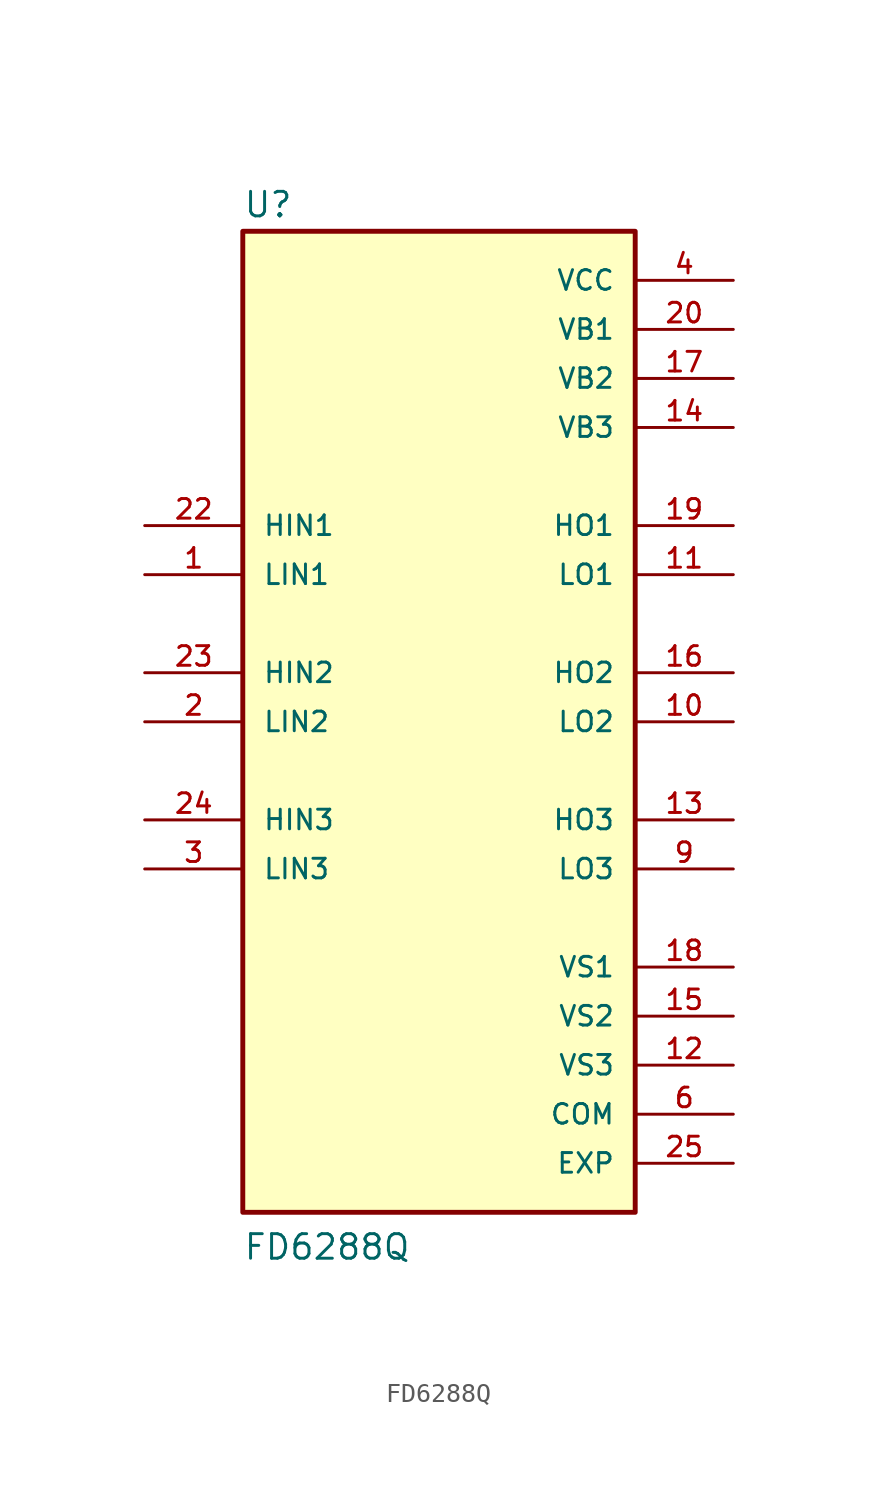
<source format=kicad_sym>
(kicad_symbol_lib
  (version 20231120)
  (generator "kicad_symbol_editor")
  (generator_version "8.0")
  (symbol "FD6288Q"
    (pin_names
      (offset 1.016))
    (property "Reference" "U"
      (at -10.16 26.035 0)
      (effects (font (size 1.27 1.27)) (justify left bottom)))
    (property "Value" "FD6288Q"
      (at -10.16 -27.94 0)
      (effects (font (size 1.27 1.27)) (justify left bottom)))
    (symbol "FD6288Q_0_0"
      (rectangle (start -10.16 -25.4) (end 10.16 25.4) (stroke (width 0.254) (type default)) (fill (type background)))
      (pin input line (at -15.24 7.62 0) (length 5.08) (name "LIN1" (effects (font (size 1.016 1.016)))) (number "1" (effects (font (size 1.016 1.016)))))
      (pin output line (at 15.24 0 180) (length 5.08) (name "LO2" (effects (font (size 1.016 1.016)))) (number "10" (effects (font (size 1.016 1.016)))))
      (pin output line (at 15.24 7.62 180) (length 5.08) (name "LO1" (effects (font (size 1.016 1.016)))) (number "11" (effects (font (size 1.016 1.016)))))
      (pin power_in line (at 15.24 -17.78 180) (length 5.08) (name "VS3" (effects (font (size 1.016 1.016)))) (number "12" (effects (font (size 1.016 1.016)))))
      (pin output line (at 15.24 -5.08 180) (length 5.08) (name "HO3" (effects (font (size 1.016 1.016)))) (number "13" (effects (font (size 1.016 1.016)))))
      (pin power_in line (at 15.24 15.24 180) (length 5.08) (name "VB3" (effects (font (size 1.016 1.016)))) (number "14" (effects (font (size 1.016 1.016)))))
      (pin power_in line (at 15.24 -15.24 180) (length 5.08) (name "VS2" (effects (font (size 1.016 1.016)))) (number "15" (effects (font (size 1.016 1.016)))))
      (pin output line (at 15.24 2.54 180) (length 5.08) (name "HO2" (effects (font (size 1.016 1.016)))) (number "16" (effects (font (size 1.016 1.016)))))
      (pin power_in line (at 15.24 17.78 180) (length 5.08) (name "VB2" (effects (font (size 1.016 1.016)))) (number "17" (effects (font (size 1.016 1.016)))))
      (pin power_in line (at 15.24 -12.7 180) (length 5.08) (name "VS1" (effects (font (size 1.016 1.016)))) (number "18" (effects (font (size 1.016 1.016)))))
      (pin output line (at 15.24 10.16 180) (length 5.08) (name "HO1" (effects (font (size 1.016 1.016)))) (number "19" (effects (font (size 1.016 1.016)))))
      (pin input line (at -15.24 0 0) (length 5.08) (name "LIN2" (effects (font (size 1.016 1.016)))) (number "2" (effects (font (size 1.016 1.016)))))
      (pin power_in line (at 15.24 20.32 180) (length 5.08) (name "VB1" (effects (font (size 1.016 1.016)))) (number "20" (effects (font (size 1.016 1.016)))))
      (pin input line (at -15.24 10.16 0) (length 5.08) (name "HIN1" (effects (font (size 1.016 1.016)))) (number "22" (effects (font (size 1.016 1.016)))))
      (pin input line (at -15.24 2.54 0) (length 5.08) (name "HIN2" (effects (font (size 1.016 1.016)))) (number "23" (effects (font (size 1.016 1.016)))))
      (pin input line (at -15.24 -5.08 0) (length 5.08) (name "HIN3" (effects (font (size 1.016 1.016)))) (number "24" (effects (font (size 1.016 1.016)))))
      (pin power_in line (at 15.24 -22.86 180) (length 5.08) (name "EXP" (effects (font (size 1.016 1.016)))) (number "25" (effects (font (size 1.016 1.016)))))
      (pin input line (at -15.24 -7.62 0) (length 5.08) (name "LIN3" (effects (font (size 1.016 1.016)))) (number "3" (effects (font (size 1.016 1.016)))))
      (pin power_in line (at 15.24 22.86 180) (length 5.08) (name "VCC" (effects (font (size 1.016 1.016)))) (number "4" (effects (font (size 1.016 1.016)))))
      (pin power_in line (at 15.24 -20.32 180) (length 5.08) (name "COM" (effects (font (size 1.016 1.016)))) (number "6" (effects (font (size 1.016 1.016)))))
      (pin output line (at 15.24 -7.62 180) (length 5.08) (name "LO3" (effects (font (size 1.016 1.016)))) (number "9" (effects (font (size 1.016 1.016))))))))
</source>
